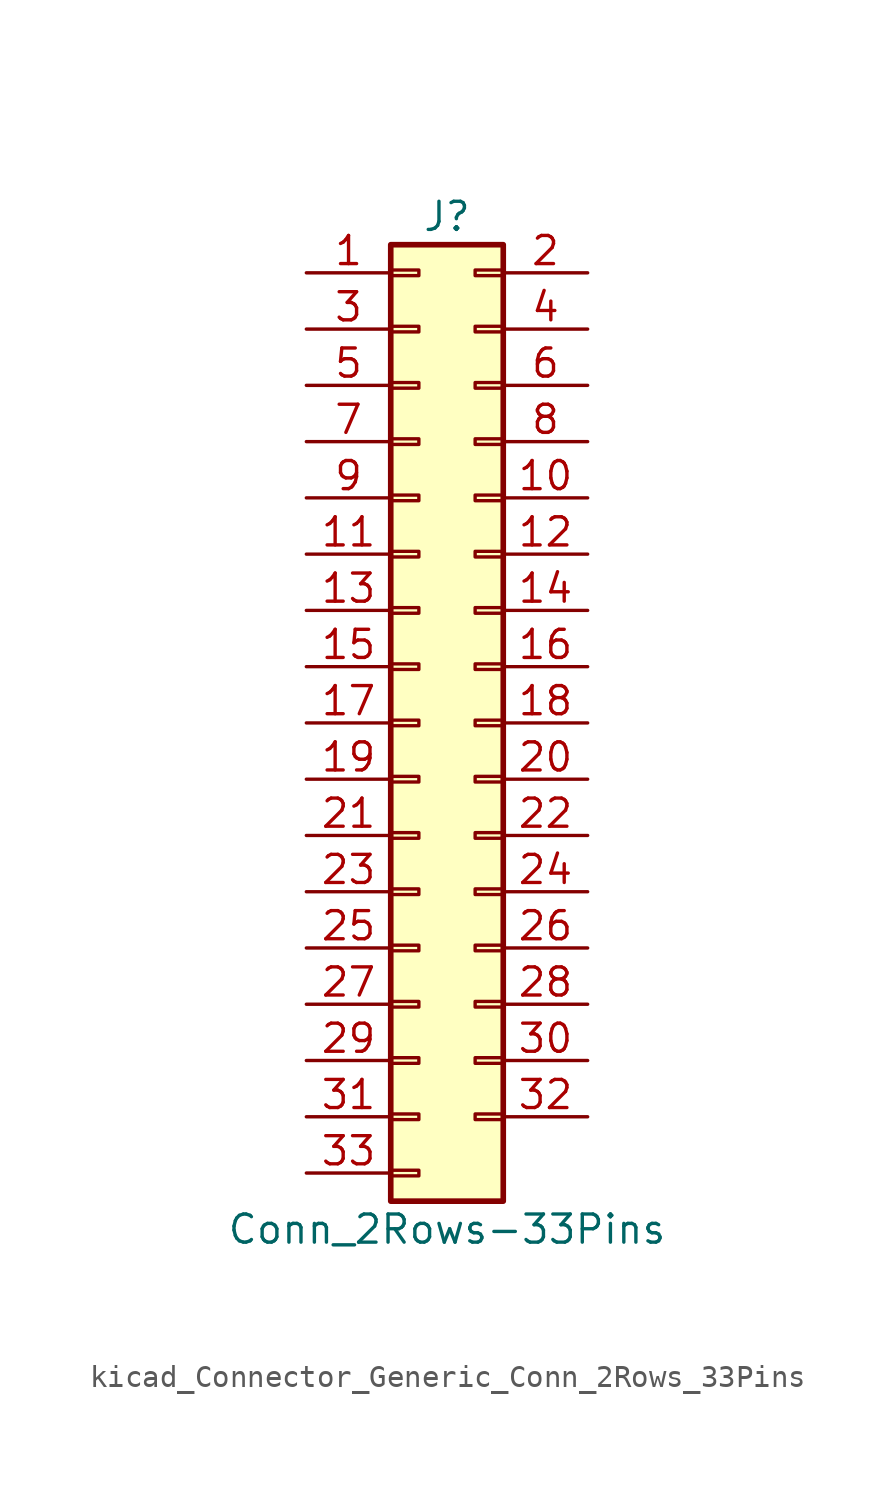
<source format=kicad_sym>
(kicad_symbol_lib
  (version 20220914)
  (generator kicad_symbol_editor)
  (symbol "kicad_Connector_Generic_Conn_2Rows_33Pins"
    (pin_names
      (offset 1.016) hide)
    (property "Reference" "J"
      (at 1.27 22.86 0)
      (effects (font (size 1.27 1.27))))
    (property "Value" "Conn_2Rows-33Pins"
      (at 1.27 -22.86 0)
      (effects (font (size 1.27 1.27))))
    (symbol "kicad_Connector_Generic_Conn_2Rows_33Pins_1_1"
      (rectangle (start -1.27 -20.193) (end 0 -20.447) (stroke (width 0.152) (type default)) (fill (type none)))
      (rectangle (start -1.27 -17.653) (end 0 -17.907) (stroke (width 0.152) (type default)) (fill (type none)))
      (rectangle (start -1.27 -15.113) (end 0 -15.367) (stroke (width 0.152) (type default)) (fill (type none)))
      (rectangle (start -1.27 -12.573) (end 0 -12.827) (stroke (width 0.152) (type default)) (fill (type none)))
      (rectangle (start -1.27 -10.033) (end 0 -10.287) (stroke (width 0.152) (type default)) (fill (type none)))
      (rectangle (start -1.27 -7.493) (end 0 -7.747) (stroke (width 0.152) (type default)) (fill (type none)))
      (rectangle (start -1.27 -4.953) (end 0 -5.207) (stroke (width 0.152) (type default)) (fill (type none)))
      (rectangle (start -1.27 -2.413) (end 0 -2.667) (stroke (width 0.152) (type default)) (fill (type none)))
      (rectangle (start -1.27 0.127) (end 0 -0.127) (stroke (width 0.152) (type default)) (fill (type none)))
      (rectangle (start -1.27 2.667) (end 0 2.413) (stroke (width 0.152) (type default)) (fill (type none)))
      (rectangle (start -1.27 5.207) (end 0 4.953) (stroke (width 0.152) (type default)) (fill (type none)))
      (rectangle (start -1.27 7.747) (end 0 7.493) (stroke (width 0.152) (type default)) (fill (type none)))
      (rectangle (start -1.27 10.287) (end 0 10.033) (stroke (width 0.152) (type default)) (fill (type none)))
      (rectangle (start -1.27 12.827) (end 0 12.573) (stroke (width 0.152) (type default)) (fill (type none)))
      (rectangle (start -1.27 15.367) (end 0 15.113) (stroke (width 0.152) (type default)) (fill (type none)))
      (rectangle (start -1.27 17.907) (end 0 17.653) (stroke (width 0.152) (type default)) (fill (type none)))
      (rectangle (start -1.27 20.447) (end 0 20.193) (stroke (width 0.152) (type default)) (fill (type none)))
      (rectangle (start -1.27 21.59) (end 3.81 -21.59) (stroke (width 0.254) (type default)) (fill (type background)))
      (rectangle (start 3.81 -17.653) (end 2.54 -17.907) (stroke (width 0.152) (type default)) (fill (type none)))
      (rectangle (start 3.81 -15.113) (end 2.54 -15.367) (stroke (width 0.152) (type default)) (fill (type none)))
      (rectangle (start 3.81 -12.573) (end 2.54 -12.827) (stroke (width 0.152) (type default)) (fill (type none)))
      (rectangle (start 3.81 -10.033) (end 2.54 -10.287) (stroke (width 0.152) (type default)) (fill (type none)))
      (rectangle (start 3.81 -7.493) (end 2.54 -7.747) (stroke (width 0.152) (type default)) (fill (type none)))
      (rectangle (start 3.81 -4.953) (end 2.54 -5.207) (stroke (width 0.152) (type default)) (fill (type none)))
      (rectangle (start 3.81 -2.413) (end 2.54 -2.667) (stroke (width 0.152) (type default)) (fill (type none)))
      (rectangle (start 3.81 0.127) (end 2.54 -0.127) (stroke (width 0.152) (type default)) (fill (type none)))
      (rectangle (start 3.81 2.667) (end 2.54 2.413) (stroke (width 0.152) (type default)) (fill (type none)))
      (rectangle (start 3.81 5.207) (end 2.54 4.953) (stroke (width 0.152) (type default)) (fill (type none)))
      (rectangle (start 3.81 7.747) (end 2.54 7.493) (stroke (width 0.152) (type default)) (fill (type none)))
      (rectangle (start 3.81 10.287) (end 2.54 10.033) (stroke (width 0.152) (type default)) (fill (type none)))
      (rectangle (start 3.81 12.827) (end 2.54 12.573) (stroke (width 0.152) (type default)) (fill (type none)))
      (rectangle (start 3.81 15.367) (end 2.54 15.113) (stroke (width 0.152) (type default)) (fill (type none)))
      (rectangle (start 3.81 17.907) (end 2.54 17.653) (stroke (width 0.152) (type default)) (fill (type none)))
      (rectangle (start 3.81 20.447) (end 2.54 20.193) (stroke (width 0.152) (type default)) (fill (type none)))
      (pin passive line (at -5.08 20.32 0) (length 3.81) (name "Pin_1" (effects (font (size 1.27 1.27)))) (number "1" (effects (font (size 1.27 1.27)))))
      (pin passive line (at 7.62 10.16 180) (length 3.81) (name "Pin_10" (effects (font (size 1.27 1.27)))) (number "10" (effects (font (size 1.27 1.27)))))
      (pin passive line (at -5.08 7.62 0) (length 3.81) (name "Pin_11" (effects (font (size 1.27 1.27)))) (number "11" (effects (font (size 1.27 1.27)))))
      (pin passive line (at 7.62 7.62 180) (length 3.81) (name "Pin_12" (effects (font (size 1.27 1.27)))) (number "12" (effects (font (size 1.27 1.27)))))
      (pin passive line (at -5.08 5.08 0) (length 3.81) (name "Pin_13" (effects (font (size 1.27 1.27)))) (number "13" (effects (font (size 1.27 1.27)))))
      (pin passive line (at 7.62 5.08 180) (length 3.81) (name "Pin_14" (effects (font (size 1.27 1.27)))) (number "14" (effects (font (size 1.27 1.27)))))
      (pin passive line (at -5.08 2.54 0) (length 3.81) (name "Pin_15" (effects (font (size 1.27 1.27)))) (number "15" (effects (font (size 1.27 1.27)))))
      (pin passive line (at 7.62 2.54 180) (length 3.81) (name "Pin_16" (effects (font (size 1.27 1.27)))) (number "16" (effects (font (size 1.27 1.27)))))
      (pin passive line (at -5.08 0 0) (length 3.81) (name "Pin_17" (effects (font (size 1.27 1.27)))) (number "17" (effects (font (size 1.27 1.27)))))
      (pin passive line (at 7.62 0 180) (length 3.81) (name "Pin_18" (effects (font (size 1.27 1.27)))) (number "18" (effects (font (size 1.27 1.27)))))
      (pin passive line (at -5.08 -2.54 0) (length 3.81) (name "Pin_19" (effects (font (size 1.27 1.27)))) (number "19" (effects (font (size 1.27 1.27)))))
      (pin passive line (at 7.62 20.32 180) (length 3.81) (name "Pin_2" (effects (font (size 1.27 1.27)))) (number "2" (effects (font (size 1.27 1.27)))))
      (pin passive line (at 7.62 -2.54 180) (length 3.81) (name "Pin_20" (effects (font (size 1.27 1.27)))) (number "20" (effects (font (size 1.27 1.27)))))
      (pin passive line (at -5.08 -5.08 0) (length 3.81) (name "Pin_21" (effects (font (size 1.27 1.27)))) (number "21" (effects (font (size 1.27 1.27)))))
      (pin passive line (at 7.62 -5.08 180) (length 3.81) (name "Pin_22" (effects (font (size 1.27 1.27)))) (number "22" (effects (font (size 1.27 1.27)))))
      (pin passive line (at -5.08 -7.62 0) (length 3.81) (name "Pin_23" (effects (font (size 1.27 1.27)))) (number "23" (effects (font (size 1.27 1.27)))))
      (pin passive line (at 7.62 -7.62 180) (length 3.81) (name "Pin_24" (effects (font (size 1.27 1.27)))) (number "24" (effects (font (size 1.27 1.27)))))
      (pin passive line (at -5.08 -10.16 0) (length 3.81) (name "Pin_25" (effects (font (size 1.27 1.27)))) (number "25" (effects (font (size 1.27 1.27)))))
      (pin passive line (at 7.62 -10.16 180) (length 3.81) (name "Pin_26" (effects (font (size 1.27 1.27)))) (number "26" (effects (font (size 1.27 1.27)))))
      (pin passive line (at -5.08 -12.7 0) (length 3.81) (name "Pin_27" (effects (font (size 1.27 1.27)))) (number "27" (effects (font (size 1.27 1.27)))))
      (pin passive line (at 7.62 -12.7 180) (length 3.81) (name "Pin_28" (effects (font (size 1.27 1.27)))) (number "28" (effects (font (size 1.27 1.27)))))
      (pin passive line (at -5.08 -15.24 0) (length 3.81) (name "Pin_29" (effects (font (size 1.27 1.27)))) (number "29" (effects (font (size 1.27 1.27)))))
      (pin passive line (at -5.08 17.78 0) (length 3.81) (name "Pin_3" (effects (font (size 1.27 1.27)))) (number "3" (effects (font (size 1.27 1.27)))))
      (pin passive line (at 7.62 -15.24 180) (length 3.81) (name "Pin_30" (effects (font (size 1.27 1.27)))) (number "30" (effects (font (size 1.27 1.27)))))
      (pin passive line (at -5.08 -17.78 0) (length 3.81) (name "Pin_31" (effects (font (size 1.27 1.27)))) (number "31" (effects (font (size 1.27 1.27)))))
      (pin passive line (at 7.62 -17.78 180) (length 3.81) (name "Pin_32" (effects (font (size 1.27 1.27)))) (number "32" (effects (font (size 1.27 1.27)))))
      (pin passive line (at -5.08 -20.32 0) (length 3.81) (name "Pin_33" (effects (font (size 1.27 1.27)))) (number "33" (effects (font (size 1.27 1.27)))))
      (pin passive line (at 7.62 17.78 180) (length 3.81) (name "Pin_4" (effects (font (size 1.27 1.27)))) (number "4" (effects (font (size 1.27 1.27)))))
      (pin passive line (at -5.08 15.24 0) (length 3.81) (name "Pin_5" (effects (font (size 1.27 1.27)))) (number "5" (effects (font (size 1.27 1.27)))))
      (pin passive line (at 7.62 15.24 180) (length 3.81) (name "Pin_6" (effects (font (size 1.27 1.27)))) (number "6" (effects (font (size 1.27 1.27)))))
      (pin passive line (at -5.08 12.7 0) (length 3.81) (name "Pin_7" (effects (font (size 1.27 1.27)))) (number "7" (effects (font (size 1.27 1.27)))))
      (pin passive line (at 7.62 12.7 180) (length 3.81) (name "Pin_8" (effects (font (size 1.27 1.27)))) (number "8" (effects (font (size 1.27 1.27)))))
      (pin passive line (at -5.08 10.16 0) (length 3.81) (name "Pin_9" (effects (font (size 1.27 1.27)))) (number "9" (effects (font (size 1.27 1.27))))))))
</source>
